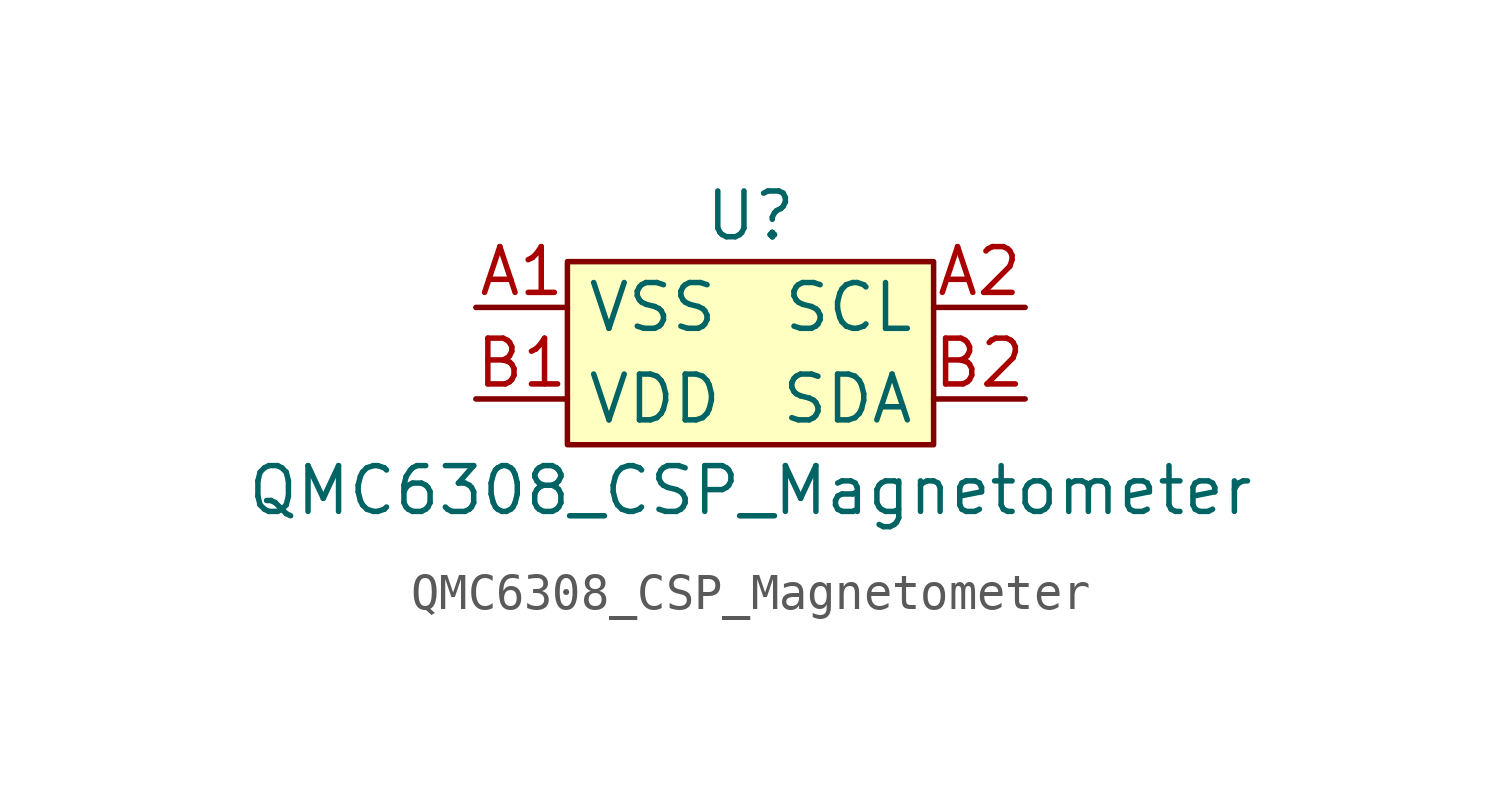
<source format=kicad_sym>
(kicad_symbol_lib
  (version 20211014)
  (generator kicad_symbol_editor)
  (symbol "QMC6308_CSP_Magnetometer"
    (property "Reference" "U"
      (at 0 3.81 0)
      (effects (font (size 1.27 1.27))))
    (property "Value" "QMC6308_CSP_Magnetometer"
      (at 0 -3.81 0)
      (effects (font (size 1.27 1.27))))
    (symbol "QMC6308_CSP_Magnetometer_0_1"
      (rectangle (start -5.08 2.54) (end 5.08 -2.54) (stroke (width 0) (type default) (color 0 0 0 0)) (fill (type background))))
    (symbol "QMC6308_CSP_Magnetometer_1_1"
      (pin power_in line (at -7.62 1.27 0) (length 2.54) (name "VSS" (effects (font (size 1.27 1.27)))) (number "A1" (effects (font (size 1.27 1.27)))))
      (pin input line (at 7.62 1.27 180) (length 2.54) (name "SCL" (effects (font (size 1.27 1.27)))) (number "A2" (effects (font (size 1.27 1.27)))))
      (pin power_in line (at -7.62 -1.27 0) (length 2.54) (name "VDD" (effects (font (size 1.27 1.27)))) (number "B1" (effects (font (size 1.27 1.27)))))
      (pin bidirectional line (at 7.62 -1.27 180) (length 2.54) (name "SDA" (effects (font (size 1.27 1.27)))) (number "B2" (effects (font (size 1.27 1.27))))))))
</source>
